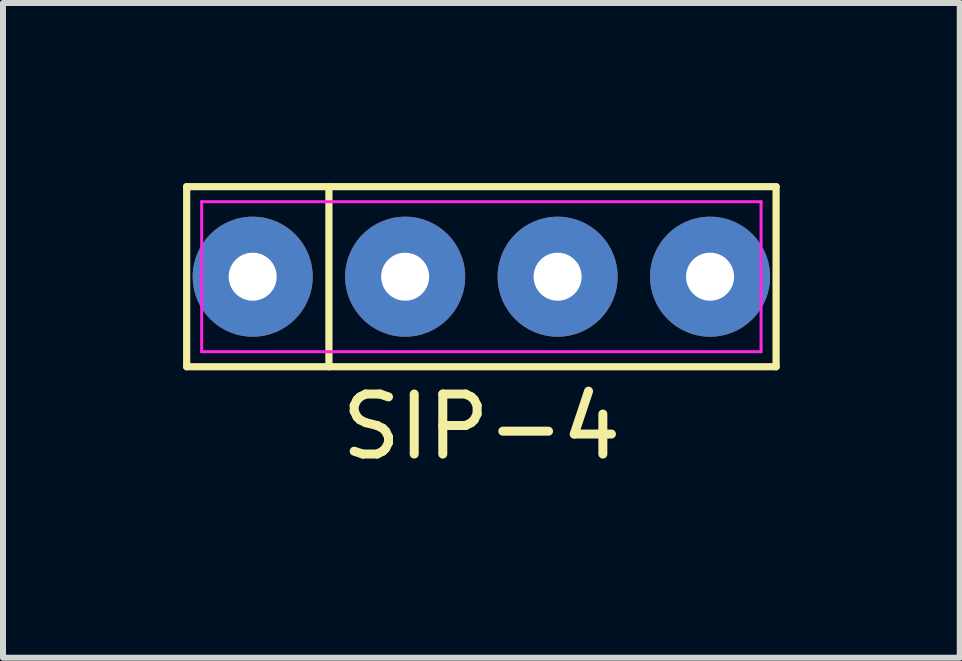
<source format=kicad_pcb>
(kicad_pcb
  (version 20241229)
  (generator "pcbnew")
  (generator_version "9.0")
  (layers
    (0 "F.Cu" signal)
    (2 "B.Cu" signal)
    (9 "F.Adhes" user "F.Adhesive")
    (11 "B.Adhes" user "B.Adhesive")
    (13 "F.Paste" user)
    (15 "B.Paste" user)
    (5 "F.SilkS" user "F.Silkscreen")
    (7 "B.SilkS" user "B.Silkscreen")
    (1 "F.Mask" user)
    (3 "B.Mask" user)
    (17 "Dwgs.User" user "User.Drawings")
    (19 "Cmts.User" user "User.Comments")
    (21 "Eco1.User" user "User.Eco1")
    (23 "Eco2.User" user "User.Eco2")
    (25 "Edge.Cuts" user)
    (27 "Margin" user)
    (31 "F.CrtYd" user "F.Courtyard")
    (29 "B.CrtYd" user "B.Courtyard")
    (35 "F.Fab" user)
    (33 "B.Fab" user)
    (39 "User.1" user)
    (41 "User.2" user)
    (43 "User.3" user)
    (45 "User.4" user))
  (footprint "SIP-4"
    (layer "F.Cu")
    (at 4.97 1.56)
    (property "Reference" "SIP-4" (at 0 2.5 0) (layer "F.SilkS") (effects (font (size 1 1) (thickness 0.15))))
    (fp_line (start -4.91 -1.5) (end 4.91 -1.5) (stroke (width 0.12) (type solid)) (layer "F.SilkS"))
    (fp_line (start -4.91 1.5) (end -4.91 -1.5) (stroke (width 0.12) (type solid)) (layer "F.SilkS"))
    (fp_line (start -2.54 -1.5) (end -2.54 1.5) (stroke (width 0.12) (type solid)) (layer "F.SilkS"))
    (fp_line (start 4.91 -1.5) (end 4.91 1.5) (stroke (width 0.12) (type solid)) (layer "F.SilkS"))
    (fp_line (start 4.91 1.5) (end -4.91 1.5) (stroke (width 0.12) (type solid)) (layer "F.SilkS"))
    (fp_line (start -4.66 -1.25) (end 4.66 -1.25) (stroke (width 0.05) (type solid)) (layer "F.CrtYd"))
    (fp_line (start -4.66 1.25) (end -4.66 -1.25) (stroke (width 0.05) (type solid)) (layer "F.CrtYd"))
    (fp_line (start 4.66 -1.25) (end 4.66 1.25) (stroke (width 0.05) (type solid)) (layer "F.CrtYd"))
    (fp_line (start 4.66 1.25) (end -4.66 1.25) (stroke (width 0.05) (type solid)) (layer "F.CrtYd"))
    (pad "1" thru_hole oval (at -3.81 0) (size 2 2) (drill 0.8) (layers "*.Cu" "*.Mask"))
    (pad "2" thru_hole oval (at -1.27 0) (size 2 2) (drill 0.8) (layers "*.Cu" "*.Mask"))
    (pad "3" thru_hole oval (at 1.27 0) (size 2 2) (drill 0.8) (layers "*.Cu" "*.Mask"))
    (pad "4" thru_hole oval (at 3.81 0) (size 2 2) (drill 0.8) (layers "*.Cu" "*.Mask")))
  (gr_rect
    (start -3 -3)
    (end 12.94 7.908)
    (stroke (width 0.1) (type default))
    (fill no)
    (layer "Edge.Cuts")))
</source>
